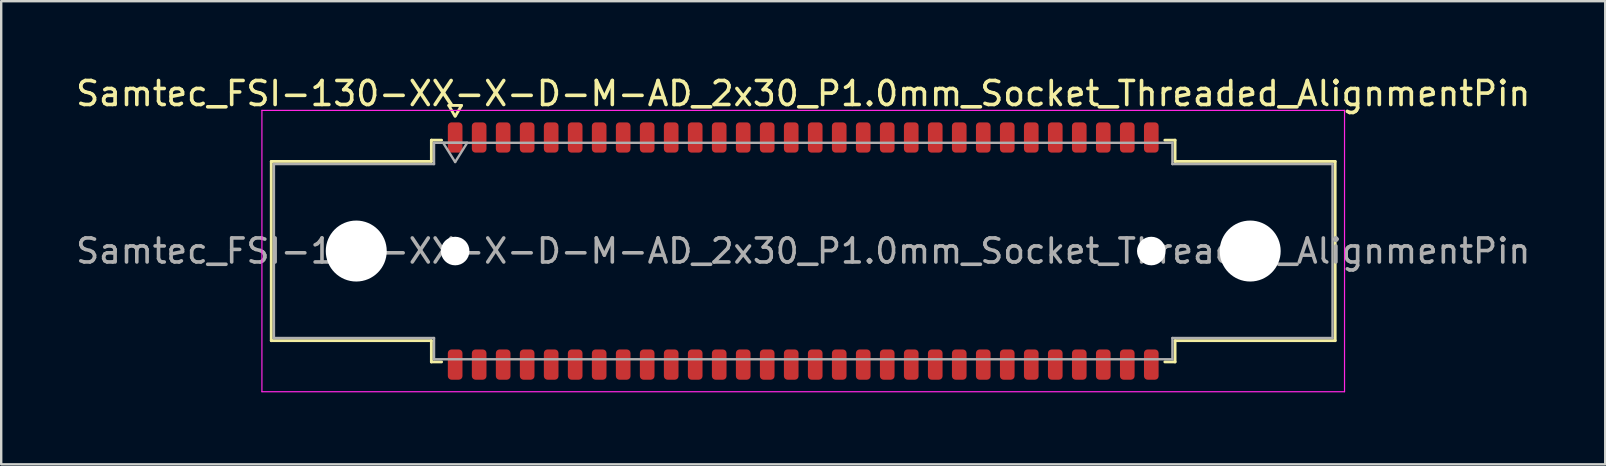
<source format=kicad_pcb>
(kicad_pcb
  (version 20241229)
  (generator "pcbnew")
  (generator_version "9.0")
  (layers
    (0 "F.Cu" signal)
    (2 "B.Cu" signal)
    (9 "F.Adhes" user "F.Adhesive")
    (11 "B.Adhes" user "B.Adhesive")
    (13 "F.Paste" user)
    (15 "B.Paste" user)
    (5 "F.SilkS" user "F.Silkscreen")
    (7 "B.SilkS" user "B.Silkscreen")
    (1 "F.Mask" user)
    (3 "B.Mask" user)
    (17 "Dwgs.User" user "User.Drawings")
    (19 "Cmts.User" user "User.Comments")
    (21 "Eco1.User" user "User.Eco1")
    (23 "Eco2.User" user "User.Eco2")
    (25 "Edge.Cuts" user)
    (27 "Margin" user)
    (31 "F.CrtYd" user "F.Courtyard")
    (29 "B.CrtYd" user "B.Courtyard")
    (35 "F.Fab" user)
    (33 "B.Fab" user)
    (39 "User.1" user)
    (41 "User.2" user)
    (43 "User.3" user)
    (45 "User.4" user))
  (footprint "Samtec_FSI-130-XX-X-D-M-AD_2x30_P1.0mm_Socket_Threaded_AlignmentPin"
    (layer "F.Cu")
    (at 30.411 7.408)
    (property "Reference" "Samtec_FSI-130-XX-X-D-M-AD_2x30_P1.0mm_Socket_Threaded_AlignmentPin" (at 0 -6.56 0) (layer "F.SilkS") (effects (font (size 1 1) (thickness 0.15))))
    (attr smd)
    (fp_line (start -22.16 -3.733) (end -15.49 -3.733) (stroke (width 0.12) (type solid)) (layer "F.SilkS"))
    (fp_line (start -22.16 3.733) (end -22.16 -3.733) (stroke (width 0.12) (type solid)) (layer "F.SilkS"))
    (fp_line (start -15.49 -4.619) (end -15.065 -4.619) (stroke (width 0.12) (type solid)) (layer "F.SilkS"))
    (fp_line (start -15.49 -3.733) (end -15.49 -4.619) (stroke (width 0.12) (type solid)) (layer "F.SilkS"))
    (fp_line (start -15.49 3.733) (end -22.16 3.733) (stroke (width 0.12) (type solid)) (layer "F.SilkS"))
    (fp_line (start -15.49 4.619) (end -15.49 3.733) (stroke (width 0.12) (type solid)) (layer "F.SilkS"))
    (fp_line (start -15.065 4.619) (end -15.49 4.619) (stroke (width 0.12) (type solid)) (layer "F.SilkS"))
    (fp_line (start -14.764 -6.066) (end -14.507 -5.62) (stroke (width 0.12) (type solid)) (layer "F.SilkS"))
    (fp_line (start -14.493 -5.62) (end -14.236 -6.066) (stroke (width 0.12) (type solid)) (layer "F.SilkS"))
    (fp_line (start -14.236 -6.066) (end -14.764 -6.066) (stroke (width 0.12) (type solid)) (layer "F.SilkS"))
    (fp_line (start 15.065 -4.619) (end 15.49 -4.619) (stroke (width 0.12) (type solid)) (layer "F.SilkS"))
    (fp_line (start 15.49 -4.619) (end 15.49 -3.733) (stroke (width 0.12) (type solid)) (layer "F.SilkS"))
    (fp_line (start 15.49 -3.733) (end 22.16 -3.733) (stroke (width 0.12) (type solid)) (layer "F.SilkS"))
    (fp_line (start 15.49 3.733) (end 15.49 4.619) (stroke (width 0.12) (type solid)) (layer "F.SilkS"))
    (fp_line (start 15.49 4.619) (end 15.065 4.619) (stroke (width 0.12) (type solid)) (layer "F.SilkS"))
    (fp_line (start 22.16 -3.733) (end 22.16 3.733) (stroke (width 0.12) (type solid)) (layer "F.SilkS"))
    (fp_line (start 22.16 3.733) (end 15.49 3.733) (stroke (width 0.12) (type solid)) (layer "F.SilkS"))
    (fp_line (start -22.55 -5.86) (end -22.55 5.86) (stroke (width 0.05) (type solid)) (layer "F.CrtYd"))
    (fp_line (start -22.55 5.86) (end 22.55 5.86) (stroke (width 0.05) (type solid)) (layer "F.CrtYd"))
    (fp_line (start 22.55 -5.86) (end -22.55 -5.86) (stroke (width 0.05) (type solid)) (layer "F.CrtYd"))
    (fp_line (start 22.55 5.86) (end 22.55 -5.86) (stroke (width 0.05) (type solid)) (layer "F.CrtYd"))
    (fp_line (start -22.05 -3.623) (end -15.38 -3.623) (stroke (width 0.1) (type solid)) (layer "F.Fab"))
    (fp_line (start -22.05 3.623) (end -22.05 -3.623) (stroke (width 0.1) (type solid)) (layer "F.Fab"))
    (fp_line (start -15.38 -4.508) (end 15.38 -4.508) (stroke (width 0.1) (type solid)) (layer "F.Fab"))
    (fp_line (start -15.38 -3.623) (end -15.38 -4.508) (stroke (width 0.1) (type solid)) (layer "F.Fab"))
    (fp_line (start -15.38 3.623) (end -22.05 3.623) (stroke (width 0.1) (type solid)) (layer "F.Fab"))
    (fp_line (start -15.38 4.508) (end -15.38 3.623) (stroke (width 0.1) (type solid)) (layer "F.Fab"))
    (fp_line (start -15 -4.508) (end -14.5 -3.708) (stroke (width 0.1) (type solid)) (layer "F.Fab"))
    (fp_line (start -14.5 -3.708) (end -14 -4.508) (stroke (width 0.1) (type solid)) (layer "F.Fab"))
    (fp_line (start -14 -4.508) (end -15 -4.508) (stroke (width 0.1) (type solid)) (layer "F.Fab"))
    (fp_line (start 15.38 -4.508) (end 15.38 -3.623) (stroke (width 0.1) (type solid)) (layer "F.Fab"))
    (fp_line (start 15.38 -3.623) (end 22.05 -3.623) (stroke (width 0.1) (type solid)) (layer "F.Fab"))
    (fp_line (start 15.38 3.623) (end 15.38 4.508) (stroke (width 0.1) (type solid)) (layer "F.Fab"))
    (fp_line (start 15.38 4.508) (end -15.38 4.508) (stroke (width 0.1) (type solid)) (layer "F.Fab"))
    (fp_line (start 22.05 -3.623) (end 22.05 3.623) (stroke (width 0.1) (type solid)) (layer "F.Fab"))
    (fp_line (start 22.05 3.623) (end 15.38 3.623) (stroke (width 0.1) (type solid)) (layer "F.Fab"))
    (fp_text user "${REFERENCE}" (at 0 0 0) (layer "F.Fab") (effects (font (size 1 1) (thickness 0.15))))
    (pad "" np_thru_hole circle (at -18.62 0) (size 2.54 2.54) (drill 2.54) (layers "*.Cu" "*.Mask"))
    (pad "" np_thru_hole circle (at -14.5 0) (size 1.19 1.19) (drill 1.19) (layers "*.Cu" "*.Mask"))
    (pad "" np_thru_hole circle (at 14.5 0) (size 1.19 1.19) (drill 1.19) (layers "*.Cu" "*.Mask"))
    (pad "" np_thru_hole circle (at 18.62 0) (size 2.54 2.54) (drill 2.54) (layers "*.Cu" "*.Mask"))
    (pad "1" smd roundrect (at -14.5 -4.73) (size 0.61 1.26) (layers "F.Cu" "F.Mask" "F.Paste") (roundrect_rratio 0.25))
    (pad "2" smd roundrect (at -14.5 4.73) (size 0.61 1.26) (layers "F.Cu" "F.Mask" "F.Paste") (roundrect_rratio 0.25))
    (pad "3" smd roundrect (at -13.5 -4.73) (size 0.61 1.26) (layers "F.Cu" "F.Mask" "F.Paste") (roundrect_rratio 0.25))
    (pad "4" smd roundrect (at -13.5 4.73) (size 0.61 1.26) (layers "F.Cu" "F.Mask" "F.Paste") (roundrect_rratio 0.25))
    (pad "5" smd roundrect (at -12.5 -4.73) (size 0.61 1.26) (layers "F.Cu" "F.Mask" "F.Paste") (roundrect_rratio 0.25))
    (pad "6" smd roundrect (at -12.5 4.73) (size 0.61 1.26) (layers "F.Cu" "F.Mask" "F.Paste") (roundrect_rratio 0.25))
    (pad "7" smd roundrect (at -11.5 -4.73) (size 0.61 1.26) (layers "F.Cu" "F.Mask" "F.Paste") (roundrect_rratio 0.25))
    (pad "8" smd roundrect (at -11.5 4.73) (size 0.61 1.26) (layers "F.Cu" "F.Mask" "F.Paste") (roundrect_rratio 0.25))
    (pad "9" smd roundrect (at -10.5 -4.73) (size 0.61 1.26) (layers "F.Cu" "F.Mask" "F.Paste") (roundrect_rratio 0.25))
    (pad "10" smd roundrect (at -10.5 4.73) (size 0.61 1.26) (layers "F.Cu" "F.Mask" "F.Paste") (roundrect_rratio 0.25))
    (pad "11" smd roundrect (at -9.5 -4.73) (size 0.61 1.26) (layers "F.Cu" "F.Mask" "F.Paste") (roundrect_rratio 0.25))
    (pad "12" smd roundrect (at -9.5 4.73) (size 0.61 1.26) (layers "F.Cu" "F.Mask" "F.Paste") (roundrect_rratio 0.25))
    (pad "13" smd roundrect (at -8.5 -4.73) (size 0.61 1.26) (layers "F.Cu" "F.Mask" "F.Paste") (roundrect_rratio 0.25))
    (pad "14" smd roundrect (at -8.5 4.73) (size 0.61 1.26) (layers "F.Cu" "F.Mask" "F.Paste") (roundrect_rratio 0.25))
    (pad "15" smd roundrect (at -7.5 -4.73) (size 0.61 1.26) (layers "F.Cu" "F.Mask" "F.Paste") (roundrect_rratio 0.25))
    (pad "16" smd roundrect (at -7.5 4.73) (size 0.61 1.26) (layers "F.Cu" "F.Mask" "F.Paste") (roundrect_rratio 0.25))
    (pad "17" smd roundrect (at -6.5 -4.73) (size 0.61 1.26) (layers "F.Cu" "F.Mask" "F.Paste") (roundrect_rratio 0.25))
    (pad "18" smd roundrect (at -6.5 4.73) (size 0.61 1.26) (layers "F.Cu" "F.Mask" "F.Paste") (roundrect_rratio 0.25))
    (pad "19" smd roundrect (at -5.5 -4.73) (size 0.61 1.26) (layers "F.Cu" "F.Mask" "F.Paste") (roundrect_rratio 0.25))
    (pad "20" smd roundrect (at -5.5 4.73) (size 0.61 1.26) (layers "F.Cu" "F.Mask" "F.Paste") (roundrect_rratio 0.25))
    (pad "21" smd roundrect (at -4.5 -4.73) (size 0.61 1.26) (layers "F.Cu" "F.Mask" "F.Paste") (roundrect_rratio 0.25))
    (pad "22" smd roundrect (at -4.5 4.73) (size 0.61 1.26) (layers "F.Cu" "F.Mask" "F.Paste") (roundrect_rratio 0.25))
    (pad "23" smd roundrect (at -3.5 -4.73) (size 0.61 1.26) (layers "F.Cu" "F.Mask" "F.Paste") (roundrect_rratio 0.25))
    (pad "24" smd roundrect (at -3.5 4.73) (size 0.61 1.26) (layers "F.Cu" "F.Mask" "F.Paste") (roundrect_rratio 0.25))
    (pad "25" smd roundrect (at -2.5 -4.73) (size 0.61 1.26) (layers "F.Cu" "F.Mask" "F.Paste") (roundrect_rratio 0.25))
    (pad "26" smd roundrect (at -2.5 4.73) (size 0.61 1.26) (layers "F.Cu" "F.Mask" "F.Paste") (roundrect_rratio 0.25))
    (pad "27" smd roundrect (at -1.5 -4.73) (size 0.61 1.26) (layers "F.Cu" "F.Mask" "F.Paste") (roundrect_rratio 0.25))
    (pad "28" smd roundrect (at -1.5 4.73) (size 0.61 1.26) (layers "F.Cu" "F.Mask" "F.Paste") (roundrect_rratio 0.25))
    (pad "29" smd roundrect (at -0.5 -4.73) (size 0.61 1.26) (layers "F.Cu" "F.Mask" "F.Paste") (roundrect_rratio 0.25))
    (pad "30" smd roundrect (at -0.5 4.73) (size 0.61 1.26) (layers "F.Cu" "F.Mask" "F.Paste") (roundrect_rratio 0.25))
    (pad "31" smd roundrect (at 0.5 -4.73) (size 0.61 1.26) (layers "F.Cu" "F.Mask" "F.Paste") (roundrect_rratio 0.25))
    (pad "32" smd roundrect (at 0.5 4.73) (size 0.61 1.26) (layers "F.Cu" "F.Mask" "F.Paste") (roundrect_rratio 0.25))
    (pad "33" smd roundrect (at 1.5 -4.73) (size 0.61 1.26) (layers "F.Cu" "F.Mask" "F.Paste") (roundrect_rratio 0.25))
    (pad "34" smd roundrect (at 1.5 4.73) (size 0.61 1.26) (layers "F.Cu" "F.Mask" "F.Paste") (roundrect_rratio 0.25))
    (pad "35" smd roundrect (at 2.5 -4.73) (size 0.61 1.26) (layers "F.Cu" "F.Mask" "F.Paste") (roundrect_rratio 0.25))
    (pad "36" smd roundrect (at 2.5 4.73) (size 0.61 1.26) (layers "F.Cu" "F.Mask" "F.Paste") (roundrect_rratio 0.25))
    (pad "37" smd roundrect (at 3.5 -4.73) (size 0.61 1.26) (layers "F.Cu" "F.Mask" "F.Paste") (roundrect_rratio 0.25))
    (pad "38" smd roundrect (at 3.5 4.73) (size 0.61 1.26) (layers "F.Cu" "F.Mask" "F.Paste") (roundrect_rratio 0.25))
    (pad "39" smd roundrect (at 4.5 -4.73) (size 0.61 1.26) (layers "F.Cu" "F.Mask" "F.Paste") (roundrect_rratio 0.25))
    (pad "40" smd roundrect (at 4.5 4.73) (size 0.61 1.26) (layers "F.Cu" "F.Mask" "F.Paste") (roundrect_rratio 0.25))
    (pad "41" smd roundrect (at 5.5 -4.73) (size 0.61 1.26) (layers "F.Cu" "F.Mask" "F.Paste") (roundrect_rratio 0.25))
    (pad "42" smd roundrect (at 5.5 4.73) (size 0.61 1.26) (layers "F.Cu" "F.Mask" "F.Paste") (roundrect_rratio 0.25))
    (pad "43" smd roundrect (at 6.5 -4.73) (size 0.61 1.26) (layers "F.Cu" "F.Mask" "F.Paste") (roundrect_rratio 0.25))
    (pad "44" smd roundrect (at 6.5 4.73) (size 0.61 1.26) (layers "F.Cu" "F.Mask" "F.Paste") (roundrect_rratio 0.25))
    (pad "45" smd roundrect (at 7.5 -4.73) (size 0.61 1.26) (layers "F.Cu" "F.Mask" "F.Paste") (roundrect_rratio 0.25))
    (pad "46" smd roundrect (at 7.5 4.73) (size 0.61 1.26) (layers "F.Cu" "F.Mask" "F.Paste") (roundrect_rratio 0.25))
    (pad "47" smd roundrect (at 8.5 -4.73) (size 0.61 1.26) (layers "F.Cu" "F.Mask" "F.Paste") (roundrect_rratio 0.25))
    (pad "48" smd roundrect (at 8.5 4.73) (size 0.61 1.26) (layers "F.Cu" "F.Mask" "F.Paste") (roundrect_rratio 0.25))
    (pad "49" smd roundrect (at 9.5 -4.73) (size 0.61 1.26) (layers "F.Cu" "F.Mask" "F.Paste") (roundrect_rratio 0.25))
    (pad "50" smd roundrect (at 9.5 4.73) (size 0.61 1.26) (layers "F.Cu" "F.Mask" "F.Paste") (roundrect_rratio 0.25))
    (pad "51" smd roundrect (at 10.5 -4.73) (size 0.61 1.26) (layers "F.Cu" "F.Mask" "F.Paste") (roundrect_rratio 0.25))
    (pad "52" smd roundrect (at 10.5 4.73) (size 0.61 1.26) (layers "F.Cu" "F.Mask" "F.Paste") (roundrect_rratio 0.25))
    (pad "53" smd roundrect (at 11.5 -4.73) (size 0.61 1.26) (layers "F.Cu" "F.Mask" "F.Paste") (roundrect_rratio 0.25))
    (pad "54" smd roundrect (at 11.5 4.73) (size 0.61 1.26) (layers "F.Cu" "F.Mask" "F.Paste") (roundrect_rratio 0.25))
    (pad "55" smd roundrect (at 12.5 -4.73) (size 0.61 1.26) (layers "F.Cu" "F.Mask" "F.Paste") (roundrect_rratio 0.25))
    (pad "56" smd roundrect (at 12.5 4.73) (size 0.61 1.26) (layers "F.Cu" "F.Mask" "F.Paste") (roundrect_rratio 0.25))
    (pad "57" smd roundrect (at 13.5 -4.73) (size 0.61 1.26) (layers "F.Cu" "F.Mask" "F.Paste") (roundrect_rratio 0.25))
    (pad "58" smd roundrect (at 13.5 4.73) (size 0.61 1.26) (layers "F.Cu" "F.Mask" "F.Paste") (roundrect_rratio 0.25))
    (pad "59" smd roundrect (at 14.5 -4.73) (size 0.61 1.26) (layers "F.Cu" "F.Mask" "F.Paste") (roundrect_rratio 0.25))
    (pad "60" smd roundrect (at 14.5 4.73) (size 0.61 1.26) (layers "F.Cu" "F.Mask" "F.Paste") (roundrect_rratio 0.25)))
  (gr_rect
    (start -3 -3)
    (end 63.821 16.293)
    (stroke (width 0.1) (type default))
    (fill no)
    (layer "Edge.Cuts")))
</source>
